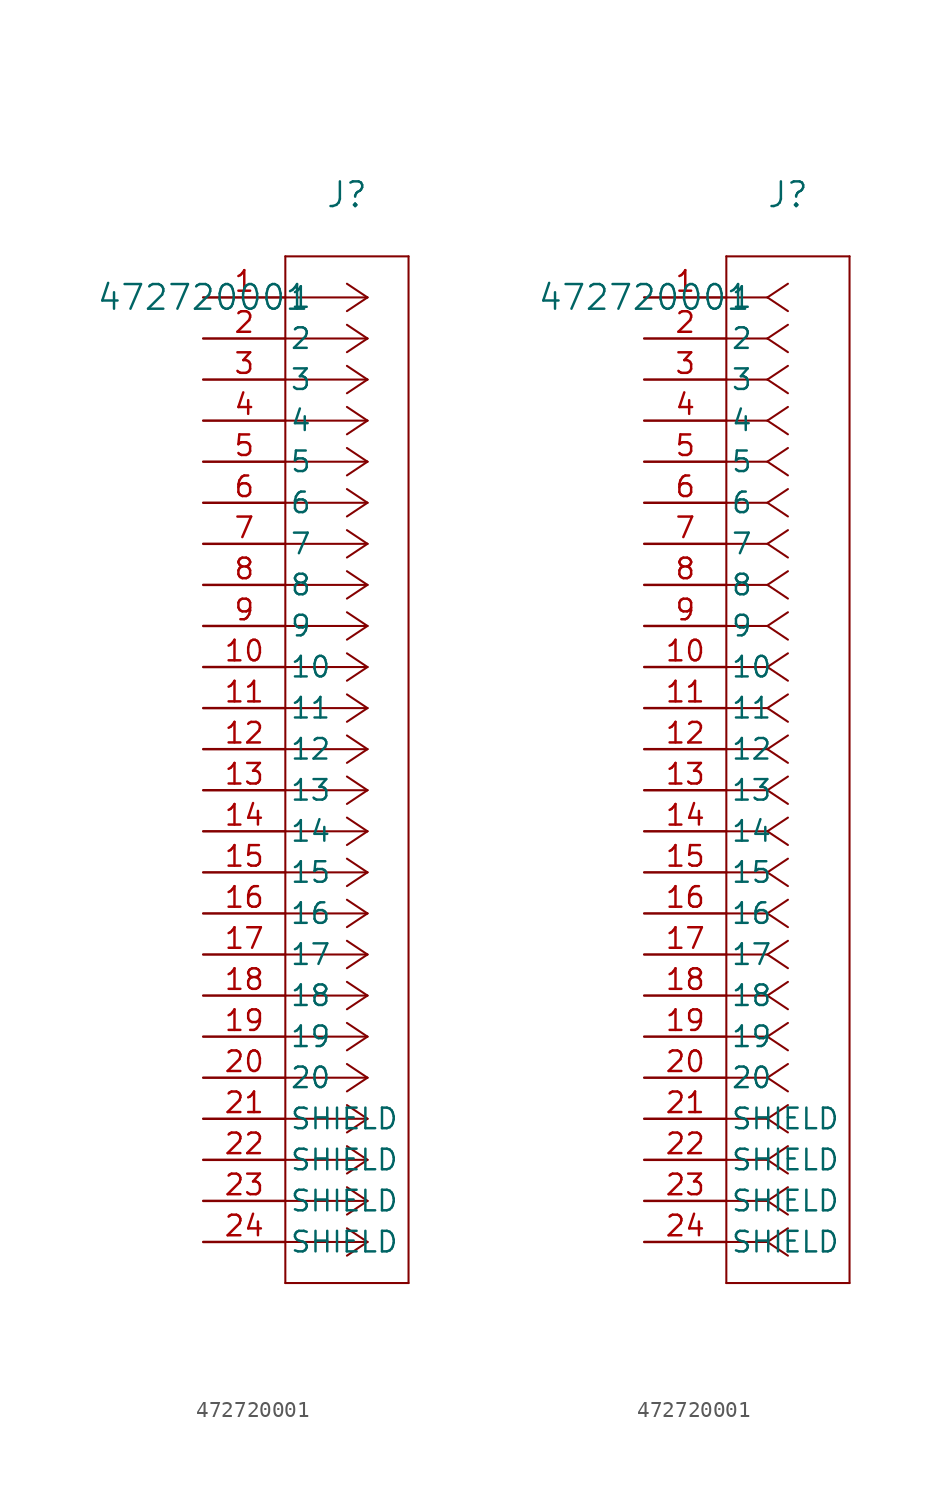
<source format=kicad_sym>
(kicad_symbol_lib
  (version 20211014)
  (generator kicad_symbol_editor)
  (symbol "472720001"
    (pin_names
      (offset 0.254))
    (property "Reference" "J"
      (at 8.89 6.35 0)
      (effects (font (size 1.524 1.524))))
    (property "Value" "472720001"
      (at 0 0 0)
      (effects (font (size 1.524 1.524))))
    (symbol "472720001_1_1"
      (polyline (pts (xy 10.16 0) (xy 5.08 0)) (stroke (width 0.127) (type default) (color 0 0 0 0)) (fill (type none)))
      (polyline (pts (xy 10.16 -2.54) (xy 5.08 -2.54)) (stroke (width 0.127) (type default) (color 0 0 0 0)) (fill (type none)))
      (polyline (pts (xy 10.16 -5.08) (xy 5.08 -5.08)) (stroke (width 0.127) (type default) (color 0 0 0 0)) (fill (type none)))
      (polyline (pts (xy 10.16 -7.62) (xy 5.08 -7.62)) (stroke (width 0.127) (type default) (color 0 0 0 0)) (fill (type none)))
      (polyline (pts (xy 10.16 -10.16) (xy 5.08 -10.16)) (stroke (width 0.127) (type default) (color 0 0 0 0)) (fill (type none)))
      (polyline (pts (xy 10.16 -12.7) (xy 5.08 -12.7)) (stroke (width 0.127) (type default) (color 0 0 0 0)) (fill (type none)))
      (polyline (pts (xy 10.16 -15.24) (xy 5.08 -15.24)) (stroke (width 0.127) (type default) (color 0 0 0 0)) (fill (type none)))
      (polyline (pts (xy 10.16 -17.78) (xy 5.08 -17.78)) (stroke (width 0.127) (type default) (color 0 0 0 0)) (fill (type none)))
      (polyline (pts (xy 10.16 -20.32) (xy 5.08 -20.32)) (stroke (width 0.127) (type default) (color 0 0 0 0)) (fill (type none)))
      (polyline (pts (xy 10.16 -22.86) (xy 5.08 -22.86)) (stroke (width 0.127) (type default) (color 0 0 0 0)) (fill (type none)))
      (polyline (pts (xy 10.16 -25.4) (xy 5.08 -25.4)) (stroke (width 0.127) (type default) (color 0 0 0 0)) (fill (type none)))
      (polyline (pts (xy 10.16 -27.94) (xy 5.08 -27.94)) (stroke (width 0.127) (type default) (color 0 0 0 0)) (fill (type none)))
      (polyline (pts (xy 10.16 -30.48) (xy 5.08 -30.48)) (stroke (width 0.127) (type default) (color 0 0 0 0)) (fill (type none)))
      (polyline (pts (xy 10.16 -33.02) (xy 5.08 -33.02)) (stroke (width 0.127) (type default) (color 0 0 0 0)) (fill (type none)))
      (polyline (pts (xy 10.16 -35.56) (xy 5.08 -35.56)) (stroke (width 0.127) (type default) (color 0 0 0 0)) (fill (type none)))
      (polyline (pts (xy 10.16 -38.1) (xy 5.08 -38.1)) (stroke (width 0.127) (type default) (color 0 0 0 0)) (fill (type none)))
      (polyline (pts (xy 10.16 -40.64) (xy 5.08 -40.64)) (stroke (width 0.127) (type default) (color 0 0 0 0)) (fill (type none)))
      (polyline (pts (xy 10.16 -43.18) (xy 5.08 -43.18)) (stroke (width 0.127) (type default) (color 0 0 0 0)) (fill (type none)))
      (polyline (pts (xy 10.16 -45.72) (xy 5.08 -45.72)) (stroke (width 0.127) (type default) (color 0 0 0 0)) (fill (type none)))
      (polyline (pts (xy 10.16 -48.26) (xy 5.08 -48.26)) (stroke (width 0.127) (type default) (color 0 0 0 0)) (fill (type none)))
      (polyline (pts (xy 10.16 -50.8) (xy 5.08 -50.8)) (stroke (width 0.127) (type default) (color 0 0 0 0)) (fill (type none)))
      (polyline (pts (xy 10.16 -53.34) (xy 5.08 -53.34)) (stroke (width 0.127) (type default) (color 0 0 0 0)) (fill (type none)))
      (polyline (pts (xy 10.16 -55.88) (xy 5.08 -55.88)) (stroke (width 0.127) (type default) (color 0 0 0 0)) (fill (type none)))
      (polyline (pts (xy 10.16 -58.42) (xy 5.08 -58.42)) (stroke (width 0.127) (type default) (color 0 0 0 0)) (fill (type none)))
      (polyline (pts (xy 10.16 0) (xy 8.89 0.847)) (stroke (width 0.127) (type default) (color 0 0 0 0)) (fill (type none)))
      (polyline (pts (xy 10.16 -2.54) (xy 8.89 -1.693)) (stroke (width 0.127) (type default) (color 0 0 0 0)) (fill (type none)))
      (polyline (pts (xy 10.16 -5.08) (xy 8.89 -4.233)) (stroke (width 0.127) (type default) (color 0 0 0 0)) (fill (type none)))
      (polyline (pts (xy 10.16 -7.62) (xy 8.89 -6.773)) (stroke (width 0.127) (type default) (color 0 0 0 0)) (fill (type none)))
      (polyline (pts (xy 10.16 -10.16) (xy 8.89 -9.313)) (stroke (width 0.127) (type default) (color 0 0 0 0)) (fill (type none)))
      (polyline (pts (xy 10.16 -12.7) (xy 8.89 -11.853)) (stroke (width 0.127) (type default) (color 0 0 0 0)) (fill (type none)))
      (polyline (pts (xy 10.16 -15.24) (xy 8.89 -14.393)) (stroke (width 0.127) (type default) (color 0 0 0 0)) (fill (type none)))
      (polyline (pts (xy 10.16 -17.78) (xy 8.89 -16.933)) (stroke (width 0.127) (type default) (color 0 0 0 0)) (fill (type none)))
      (polyline (pts (xy 10.16 -20.32) (xy 8.89 -19.473)) (stroke (width 0.127) (type default) (color 0 0 0 0)) (fill (type none)))
      (polyline (pts (xy 10.16 -22.86) (xy 8.89 -22.013)) (stroke (width 0.127) (type default) (color 0 0 0 0)) (fill (type none)))
      (polyline (pts (xy 10.16 -25.4) (xy 8.89 -24.553)) (stroke (width 0.127) (type default) (color 0 0 0 0)) (fill (type none)))
      (polyline (pts (xy 10.16 -27.94) (xy 8.89 -27.093)) (stroke (width 0.127) (type default) (color 0 0 0 0)) (fill (type none)))
      (polyline (pts (xy 10.16 -30.48) (xy 8.89 -29.633)) (stroke (width 0.127) (type default) (color 0 0 0 0)) (fill (type none)))
      (polyline (pts (xy 10.16 -33.02) (xy 8.89 -32.173)) (stroke (width 0.127) (type default) (color 0 0 0 0)) (fill (type none)))
      (polyline (pts (xy 10.16 -35.56) (xy 8.89 -34.713)) (stroke (width 0.127) (type default) (color 0 0 0 0)) (fill (type none)))
      (polyline (pts (xy 10.16 -38.1) (xy 8.89 -37.253)) (stroke (width 0.127) (type default) (color 0 0 0 0)) (fill (type none)))
      (polyline (pts (xy 10.16 -40.64) (xy 8.89 -39.793)) (stroke (width 0.127) (type default) (color 0 0 0 0)) (fill (type none)))
      (polyline (pts (xy 10.16 -43.18) (xy 8.89 -42.333)) (stroke (width 0.127) (type default) (color 0 0 0 0)) (fill (type none)))
      (polyline (pts (xy 10.16 -45.72) (xy 8.89 -44.873)) (stroke (width 0.127) (type default) (color 0 0 0 0)) (fill (type none)))
      (polyline (pts (xy 10.16 -48.26) (xy 8.89 -47.413)) (stroke (width 0.127) (type default) (color 0 0 0 0)) (fill (type none)))
      (polyline (pts (xy 10.16 -50.8) (xy 8.89 -49.953)) (stroke (width 0.127) (type default) (color 0 0 0 0)) (fill (type none)))
      (polyline (pts (xy 10.16 -53.34) (xy 8.89 -52.493)) (stroke (width 0.127) (type default) (color 0 0 0 0)) (fill (type none)))
      (polyline (pts (xy 10.16 -55.88) (xy 8.89 -55.033)) (stroke (width 0.127) (type default) (color 0 0 0 0)) (fill (type none)))
      (polyline (pts (xy 10.16 -58.42) (xy 8.89 -57.573)) (stroke (width 0.127) (type default) (color 0 0 0 0)) (fill (type none)))
      (polyline (pts (xy 10.16 0) (xy 8.89 -0.847)) (stroke (width 0.127) (type default) (color 0 0 0 0)) (fill (type none)))
      (polyline (pts (xy 10.16 -2.54) (xy 8.89 -3.387)) (stroke (width 0.127) (type default) (color 0 0 0 0)) (fill (type none)))
      (polyline (pts (xy 10.16 -5.08) (xy 8.89 -5.927)) (stroke (width 0.127) (type default) (color 0 0 0 0)) (fill (type none)))
      (polyline (pts (xy 10.16 -7.62) (xy 8.89 -8.467)) (stroke (width 0.127) (type default) (color 0 0 0 0)) (fill (type none)))
      (polyline (pts (xy 10.16 -10.16) (xy 8.89 -11.007)) (stroke (width 0.127) (type default) (color 0 0 0 0)) (fill (type none)))
      (polyline (pts (xy 10.16 -12.7) (xy 8.89 -13.547)) (stroke (width 0.127) (type default) (color 0 0 0 0)) (fill (type none)))
      (polyline (pts (xy 10.16 -15.24) (xy 8.89 -16.087)) (stroke (width 0.127) (type default) (color 0 0 0 0)) (fill (type none)))
      (polyline (pts (xy 10.16 -17.78) (xy 8.89 -18.627)) (stroke (width 0.127) (type default) (color 0 0 0 0)) (fill (type none)))
      (polyline (pts (xy 10.16 -20.32) (xy 8.89 -21.167)) (stroke (width 0.127) (type default) (color 0 0 0 0)) (fill (type none)))
      (polyline (pts (xy 10.16 -22.86) (xy 8.89 -23.707)) (stroke (width 0.127) (type default) (color 0 0 0 0)) (fill (type none)))
      (polyline (pts (xy 10.16 -25.4) (xy 8.89 -26.247)) (stroke (width 0.127) (type default) (color 0 0 0 0)) (fill (type none)))
      (polyline (pts (xy 10.16 -27.94) (xy 8.89 -28.787)) (stroke (width 0.127) (type default) (color 0 0 0 0)) (fill (type none)))
      (polyline (pts (xy 10.16 -30.48) (xy 8.89 -31.327)) (stroke (width 0.127) (type default) (color 0 0 0 0)) (fill (type none)))
      (polyline (pts (xy 10.16 -33.02) (xy 8.89 -33.867)) (stroke (width 0.127) (type default) (color 0 0 0 0)) (fill (type none)))
      (polyline (pts (xy 10.16 -35.56) (xy 8.89 -36.407)) (stroke (width 0.127) (type default) (color 0 0 0 0)) (fill (type none)))
      (polyline (pts (xy 10.16 -38.1) (xy 8.89 -38.947)) (stroke (width 0.127) (type default) (color 0 0 0 0)) (fill (type none)))
      (polyline (pts (xy 10.16 -40.64) (xy 8.89 -41.487)) (stroke (width 0.127) (type default) (color 0 0 0 0)) (fill (type none)))
      (polyline (pts (xy 10.16 -43.18) (xy 8.89 -44.027)) (stroke (width 0.127) (type default) (color 0 0 0 0)) (fill (type none)))
      (polyline (pts (xy 10.16 -45.72) (xy 8.89 -46.567)) (stroke (width 0.127) (type default) (color 0 0 0 0)) (fill (type none)))
      (polyline (pts (xy 10.16 -48.26) (xy 8.89 -49.107)) (stroke (width 0.127) (type default) (color 0 0 0 0)) (fill (type none)))
      (polyline (pts (xy 10.16 -50.8) (xy 8.89 -51.647)) (stroke (width 0.127) (type default) (color 0 0 0 0)) (fill (type none)))
      (polyline (pts (xy 10.16 -53.34) (xy 8.89 -54.187)) (stroke (width 0.127) (type default) (color 0 0 0 0)) (fill (type none)))
      (polyline (pts (xy 10.16 -55.88) (xy 8.89 -56.727)) (stroke (width 0.127) (type default) (color 0 0 0 0)) (fill (type none)))
      (polyline (pts (xy 10.16 -58.42) (xy 8.89 -59.267)) (stroke (width 0.127) (type default) (color 0 0 0 0)) (fill (type none)))
      (polyline (pts (xy 5.08 2.54) (xy 5.08 -60.96)) (stroke (width 0.127) (type default) (color 0 0 0 0)) (fill (type none)))
      (polyline (pts (xy 5.08 -60.96) (xy 12.7 -60.96)) (stroke (width 0.127) (type default) (color 0 0 0 0)) (fill (type none)))
      (polyline (pts (xy 12.7 -60.96) (xy 12.7 2.54)) (stroke (width 0.127) (type default) (color 0 0 0 0)) (fill (type none)))
      (polyline (pts (xy 12.7 2.54) (xy 5.08 2.54)) (stroke (width 0.127) (type default) (color 0 0 0 0)) (fill (type none)))
      (pin unspecified line (at 0 0 0) (length 5.08) (name "1" (effects (font (size 1.27 1.27)))) (number "1" (effects (font (size 1.27 1.27)))))
      (pin unspecified line (at 0 -2.54 0) (length 5.08) (name "2" (effects (font (size 1.27 1.27)))) (number "2" (effects (font (size 1.27 1.27)))))
      (pin unspecified line (at 0 -5.08 0) (length 5.08) (name "3" (effects (font (size 1.27 1.27)))) (number "3" (effects (font (size 1.27 1.27)))))
      (pin unspecified line (at 0 -7.62 0) (length 5.08) (name "4" (effects (font (size 1.27 1.27)))) (number "4" (effects (font (size 1.27 1.27)))))
      (pin unspecified line (at 0 -10.16 0) (length 5.08) (name "5" (effects (font (size 1.27 1.27)))) (number "5" (effects (font (size 1.27 1.27)))))
      (pin unspecified line (at 0 -12.7 0) (length 5.08) (name "6" (effects (font (size 1.27 1.27)))) (number "6" (effects (font (size 1.27 1.27)))))
      (pin unspecified line (at 0 -15.24 0) (length 5.08) (name "7" (effects (font (size 1.27 1.27)))) (number "7" (effects (font (size 1.27 1.27)))))
      (pin unspecified line (at 0 -17.78 0) (length 5.08) (name "8" (effects (font (size 1.27 1.27)))) (number "8" (effects (font (size 1.27 1.27)))))
      (pin unspecified line (at 0 -20.32 0) (length 5.08) (name "9" (effects (font (size 1.27 1.27)))) (number "9" (effects (font (size 1.27 1.27)))))
      (pin unspecified line (at 0 -22.86 0) (length 5.08) (name "10" (effects (font (size 1.27 1.27)))) (number "10" (effects (font (size 1.27 1.27)))))
      (pin unspecified line (at 0 -25.4 0) (length 5.08) (name "11" (effects (font (size 1.27 1.27)))) (number "11" (effects (font (size 1.27 1.27)))))
      (pin unspecified line (at 0 -27.94 0) (length 5.08) (name "12" (effects (font (size 1.27 1.27)))) (number "12" (effects (font (size 1.27 1.27)))))
      (pin unspecified line (at 0 -30.48 0) (length 5.08) (name "13" (effects (font (size 1.27 1.27)))) (number "13" (effects (font (size 1.27 1.27)))))
      (pin unspecified line (at 0 -33.02 0) (length 5.08) (name "14" (effects (font (size 1.27 1.27)))) (number "14" (effects (font (size 1.27 1.27)))))
      (pin unspecified line (at 0 -35.56 0) (length 5.08) (name "15" (effects (font (size 1.27 1.27)))) (number "15" (effects (font (size 1.27 1.27)))))
      (pin unspecified line (at 0 -38.1 0) (length 5.08) (name "16" (effects (font (size 1.27 1.27)))) (number "16" (effects (font (size 1.27 1.27)))))
      (pin unspecified line (at 0 -40.64 0) (length 5.08) (name "17" (effects (font (size 1.27 1.27)))) (number "17" (effects (font (size 1.27 1.27)))))
      (pin unspecified line (at 0 -43.18 0) (length 5.08) (name "18" (effects (font (size 1.27 1.27)))) (number "18" (effects (font (size 1.27 1.27)))))
      (pin unspecified line (at 0 -45.72 0) (length 5.08) (name "19" (effects (font (size 1.27 1.27)))) (number "19" (effects (font (size 1.27 1.27)))))
      (pin unspecified line (at 0 -48.26 0) (length 5.08) (name "20" (effects (font (size 1.27 1.27)))) (number "20" (effects (font (size 1.27 1.27)))))
      (pin unspecified line (at 0 -50.8 0) (length 5.08) (name "SHIELD" (effects (font (size 1.27 1.27)))) (number "21" (effects (font (size 1.27 1.27)))))
      (pin unspecified line (at 0 -53.34 0) (length 5.08) (name "SHIELD" (effects (font (size 1.27 1.27)))) (number "22" (effects (font (size 1.27 1.27)))))
      (pin unspecified line (at 0 -55.88 0) (length 5.08) (name "SHIELD" (effects (font (size 1.27 1.27)))) (number "23" (effects (font (size 1.27 1.27)))))
      (pin unspecified line (at 0 -58.42 0) (length 5.08) (name "SHIELD" (effects (font (size 1.27 1.27)))) (number "24" (effects (font (size 1.27 1.27))))))
    (symbol "472720001_1_2"
      (polyline (pts (xy 7.62 0) (xy 5.08 0)) (stroke (width 0.127) (type default) (color 0 0 0 0)) (fill (type none)))
      (polyline (pts (xy 7.62 -2.54) (xy 5.08 -2.54)) (stroke (width 0.127) (type default) (color 0 0 0 0)) (fill (type none)))
      (polyline (pts (xy 7.62 -5.08) (xy 5.08 -5.08)) (stroke (width 0.127) (type default) (color 0 0 0 0)) (fill (type none)))
      (polyline (pts (xy 7.62 -7.62) (xy 5.08 -7.62)) (stroke (width 0.127) (type default) (color 0 0 0 0)) (fill (type none)))
      (polyline (pts (xy 7.62 -10.16) (xy 5.08 -10.16)) (stroke (width 0.127) (type default) (color 0 0 0 0)) (fill (type none)))
      (polyline (pts (xy 7.62 -12.7) (xy 5.08 -12.7)) (stroke (width 0.127) (type default) (color 0 0 0 0)) (fill (type none)))
      (polyline (pts (xy 7.62 -15.24) (xy 5.08 -15.24)) (stroke (width 0.127) (type default) (color 0 0 0 0)) (fill (type none)))
      (polyline (pts (xy 7.62 -17.78) (xy 5.08 -17.78)) (stroke (width 0.127) (type default) (color 0 0 0 0)) (fill (type none)))
      (polyline (pts (xy 7.62 -20.32) (xy 5.08 -20.32)) (stroke (width 0.127) (type default) (color 0 0 0 0)) (fill (type none)))
      (polyline (pts (xy 7.62 -22.86) (xy 5.08 -22.86)) (stroke (width 0.127) (type default) (color 0 0 0 0)) (fill (type none)))
      (polyline (pts (xy 7.62 -25.4) (xy 5.08 -25.4)) (stroke (width 0.127) (type default) (color 0 0 0 0)) (fill (type none)))
      (polyline (pts (xy 7.62 -27.94) (xy 5.08 -27.94)) (stroke (width 0.127) (type default) (color 0 0 0 0)) (fill (type none)))
      (polyline (pts (xy 7.62 -30.48) (xy 5.08 -30.48)) (stroke (width 0.127) (type default) (color 0 0 0 0)) (fill (type none)))
      (polyline (pts (xy 7.62 -33.02) (xy 5.08 -33.02)) (stroke (width 0.127) (type default) (color 0 0 0 0)) (fill (type none)))
      (polyline (pts (xy 7.62 -35.56) (xy 5.08 -35.56)) (stroke (width 0.127) (type default) (color 0 0 0 0)) (fill (type none)))
      (polyline (pts (xy 7.62 -38.1) (xy 5.08 -38.1)) (stroke (width 0.127) (type default) (color 0 0 0 0)) (fill (type none)))
      (polyline (pts (xy 7.62 -40.64) (xy 5.08 -40.64)) (stroke (width 0.127) (type default) (color 0 0 0 0)) (fill (type none)))
      (polyline (pts (xy 7.62 -43.18) (xy 5.08 -43.18)) (stroke (width 0.127) (type default) (color 0 0 0 0)) (fill (type none)))
      (polyline (pts (xy 7.62 -45.72) (xy 5.08 -45.72)) (stroke (width 0.127) (type default) (color 0 0 0 0)) (fill (type none)))
      (polyline (pts (xy 7.62 -48.26) (xy 5.08 -48.26)) (stroke (width 0.127) (type default) (color 0 0 0 0)) (fill (type none)))
      (polyline (pts (xy 7.62 -50.8) (xy 5.08 -50.8)) (stroke (width 0.127) (type default) (color 0 0 0 0)) (fill (type none)))
      (polyline (pts (xy 7.62 -53.34) (xy 5.08 -53.34)) (stroke (width 0.127) (type default) (color 0 0 0 0)) (fill (type none)))
      (polyline (pts (xy 7.62 -55.88) (xy 5.08 -55.88)) (stroke (width 0.127) (type default) (color 0 0 0 0)) (fill (type none)))
      (polyline (pts (xy 7.62 -58.42) (xy 5.08 -58.42)) (stroke (width 0.127) (type default) (color 0 0 0 0)) (fill (type none)))
      (polyline (pts (xy 7.62 0) (xy 8.89 0.847)) (stroke (width 0.127) (type default) (color 0 0 0 0)) (fill (type none)))
      (polyline (pts (xy 7.62 -2.54) (xy 8.89 -1.693)) (stroke (width 0.127) (type default) (color 0 0 0 0)) (fill (type none)))
      (polyline (pts (xy 7.62 -5.08) (xy 8.89 -4.233)) (stroke (width 0.127) (type default) (color 0 0 0 0)) (fill (type none)))
      (polyline (pts (xy 7.62 -7.62) (xy 8.89 -6.773)) (stroke (width 0.127) (type default) (color 0 0 0 0)) (fill (type none)))
      (polyline (pts (xy 7.62 -10.16) (xy 8.89 -9.313)) (stroke (width 0.127) (type default) (color 0 0 0 0)) (fill (type none)))
      (polyline (pts (xy 7.62 -12.7) (xy 8.89 -11.853)) (stroke (width 0.127) (type default) (color 0 0 0 0)) (fill (type none)))
      (polyline (pts (xy 7.62 -15.24) (xy 8.89 -14.393)) (stroke (width 0.127) (type default) (color 0 0 0 0)) (fill (type none)))
      (polyline (pts (xy 7.62 -17.78) (xy 8.89 -16.933)) (stroke (width 0.127) (type default) (color 0 0 0 0)) (fill (type none)))
      (polyline (pts (xy 7.62 -20.32) (xy 8.89 -19.473)) (stroke (width 0.127) (type default) (color 0 0 0 0)) (fill (type none)))
      (polyline (pts (xy 7.62 -22.86) (xy 8.89 -22.013)) (stroke (width 0.127) (type default) (color 0 0 0 0)) (fill (type none)))
      (polyline (pts (xy 7.62 -25.4) (xy 8.89 -24.553)) (stroke (width 0.127) (type default) (color 0 0 0 0)) (fill (type none)))
      (polyline (pts (xy 7.62 -27.94) (xy 8.89 -27.093)) (stroke (width 0.127) (type default) (color 0 0 0 0)) (fill (type none)))
      (polyline (pts (xy 7.62 -30.48) (xy 8.89 -29.633)) (stroke (width 0.127) (type default) (color 0 0 0 0)) (fill (type none)))
      (polyline (pts (xy 7.62 -33.02) (xy 8.89 -32.173)) (stroke (width 0.127) (type default) (color 0 0 0 0)) (fill (type none)))
      (polyline (pts (xy 7.62 -35.56) (xy 8.89 -34.713)) (stroke (width 0.127) (type default) (color 0 0 0 0)) (fill (type none)))
      (polyline (pts (xy 7.62 -38.1) (xy 8.89 -37.253)) (stroke (width 0.127) (type default) (color 0 0 0 0)) (fill (type none)))
      (polyline (pts (xy 7.62 -40.64) (xy 8.89 -39.793)) (stroke (width 0.127) (type default) (color 0 0 0 0)) (fill (type none)))
      (polyline (pts (xy 7.62 -43.18) (xy 8.89 -42.333)) (stroke (width 0.127) (type default) (color 0 0 0 0)) (fill (type none)))
      (polyline (pts (xy 7.62 -45.72) (xy 8.89 -44.873)) (stroke (width 0.127) (type default) (color 0 0 0 0)) (fill (type none)))
      (polyline (pts (xy 7.62 -48.26) (xy 8.89 -47.413)) (stroke (width 0.127) (type default) (color 0 0 0 0)) (fill (type none)))
      (polyline (pts (xy 7.62 -50.8) (xy 8.89 -49.953)) (stroke (width 0.127) (type default) (color 0 0 0 0)) (fill (type none)))
      (polyline (pts (xy 7.62 -53.34) (xy 8.89 -52.493)) (stroke (width 0.127) (type default) (color 0 0 0 0)) (fill (type none)))
      (polyline (pts (xy 7.62 -55.88) (xy 8.89 -55.033)) (stroke (width 0.127) (type default) (color 0 0 0 0)) (fill (type none)))
      (polyline (pts (xy 7.62 -58.42) (xy 8.89 -57.573)) (stroke (width 0.127) (type default) (color 0 0 0 0)) (fill (type none)))
      (polyline (pts (xy 7.62 0) (xy 8.89 -0.847)) (stroke (width 0.127) (type default) (color 0 0 0 0)) (fill (type none)))
      (polyline (pts (xy 7.62 -2.54) (xy 8.89 -3.387)) (stroke (width 0.127) (type default) (color 0 0 0 0)) (fill (type none)))
      (polyline (pts (xy 7.62 -5.08) (xy 8.89 -5.927)) (stroke (width 0.127) (type default) (color 0 0 0 0)) (fill (type none)))
      (polyline (pts (xy 7.62 -7.62) (xy 8.89 -8.467)) (stroke (width 0.127) (type default) (color 0 0 0 0)) (fill (type none)))
      (polyline (pts (xy 7.62 -10.16) (xy 8.89 -11.007)) (stroke (width 0.127) (type default) (color 0 0 0 0)) (fill (type none)))
      (polyline (pts (xy 7.62 -12.7) (xy 8.89 -13.547)) (stroke (width 0.127) (type default) (color 0 0 0 0)) (fill (type none)))
      (polyline (pts (xy 7.62 -15.24) (xy 8.89 -16.087)) (stroke (width 0.127) (type default) (color 0 0 0 0)) (fill (type none)))
      (polyline (pts (xy 7.62 -17.78) (xy 8.89 -18.627)) (stroke (width 0.127) (type default) (color 0 0 0 0)) (fill (type none)))
      (polyline (pts (xy 7.62 -20.32) (xy 8.89 -21.167)) (stroke (width 0.127) (type default) (color 0 0 0 0)) (fill (type none)))
      (polyline (pts (xy 7.62 -22.86) (xy 8.89 -23.707)) (stroke (width 0.127) (type default) (color 0 0 0 0)) (fill (type none)))
      (polyline (pts (xy 7.62 -25.4) (xy 8.89 -26.247)) (stroke (width 0.127) (type default) (color 0 0 0 0)) (fill (type none)))
      (polyline (pts (xy 7.62 -27.94) (xy 8.89 -28.787)) (stroke (width 0.127) (type default) (color 0 0 0 0)) (fill (type none)))
      (polyline (pts (xy 7.62 -30.48) (xy 8.89 -31.327)) (stroke (width 0.127) (type default) (color 0 0 0 0)) (fill (type none)))
      (polyline (pts (xy 7.62 -33.02) (xy 8.89 -33.867)) (stroke (width 0.127) (type default) (color 0 0 0 0)) (fill (type none)))
      (polyline (pts (xy 7.62 -35.56) (xy 8.89 -36.407)) (stroke (width 0.127) (type default) (color 0 0 0 0)) (fill (type none)))
      (polyline (pts (xy 7.62 -38.1) (xy 8.89 -38.947)) (stroke (width 0.127) (type default) (color 0 0 0 0)) (fill (type none)))
      (polyline (pts (xy 7.62 -40.64) (xy 8.89 -41.487)) (stroke (width 0.127) (type default) (color 0 0 0 0)) (fill (type none)))
      (polyline (pts (xy 7.62 -43.18) (xy 8.89 -44.027)) (stroke (width 0.127) (type default) (color 0 0 0 0)) (fill (type none)))
      (polyline (pts (xy 7.62 -45.72) (xy 8.89 -46.567)) (stroke (width 0.127) (type default) (color 0 0 0 0)) (fill (type none)))
      (polyline (pts (xy 7.62 -48.26) (xy 8.89 -49.107)) (stroke (width 0.127) (type default) (color 0 0 0 0)) (fill (type none)))
      (polyline (pts (xy 7.62 -50.8) (xy 8.89 -51.647)) (stroke (width 0.127) (type default) (color 0 0 0 0)) (fill (type none)))
      (polyline (pts (xy 7.62 -53.34) (xy 8.89 -54.187)) (stroke (width 0.127) (type default) (color 0 0 0 0)) (fill (type none)))
      (polyline (pts (xy 7.62 -55.88) (xy 8.89 -56.727)) (stroke (width 0.127) (type default) (color 0 0 0 0)) (fill (type none)))
      (polyline (pts (xy 7.62 -58.42) (xy 8.89 -59.267)) (stroke (width 0.127) (type default) (color 0 0 0 0)) (fill (type none)))
      (polyline (pts (xy 5.08 2.54) (xy 5.08 -60.96)) (stroke (width 0.127) (type default) (color 0 0 0 0)) (fill (type none)))
      (polyline (pts (xy 5.08 -60.96) (xy 12.7 -60.96)) (stroke (width 0.127) (type default) (color 0 0 0 0)) (fill (type none)))
      (polyline (pts (xy 12.7 -60.96) (xy 12.7 2.54)) (stroke (width 0.127) (type default) (color 0 0 0 0)) (fill (type none)))
      (polyline (pts (xy 12.7 2.54) (xy 5.08 2.54)) (stroke (width 0.127) (type default) (color 0 0 0 0)) (fill (type none)))
      (pin unspecified line (at 0 0 0) (length 5.08) (name "1" (effects (font (size 1.27 1.27)))) (number "1" (effects (font (size 1.27 1.27)))))
      (pin unspecified line (at 0 -2.54 0) (length 5.08) (name "2" (effects (font (size 1.27 1.27)))) (number "2" (effects (font (size 1.27 1.27)))))
      (pin unspecified line (at 0 -5.08 0) (length 5.08) (name "3" (effects (font (size 1.27 1.27)))) (number "3" (effects (font (size 1.27 1.27)))))
      (pin unspecified line (at 0 -7.62 0) (length 5.08) (name "4" (effects (font (size 1.27 1.27)))) (number "4" (effects (font (size 1.27 1.27)))))
      (pin unspecified line (at 0 -10.16 0) (length 5.08) (name "5" (effects (font (size 1.27 1.27)))) (number "5" (effects (font (size 1.27 1.27)))))
      (pin unspecified line (at 0 -12.7 0) (length 5.08) (name "6" (effects (font (size 1.27 1.27)))) (number "6" (effects (font (size 1.27 1.27)))))
      (pin unspecified line (at 0 -15.24 0) (length 5.08) (name "7" (effects (font (size 1.27 1.27)))) (number "7" (effects (font (size 1.27 1.27)))))
      (pin unspecified line (at 0 -17.78 0) (length 5.08) (name "8" (effects (font (size 1.27 1.27)))) (number "8" (effects (font (size 1.27 1.27)))))
      (pin unspecified line (at 0 -20.32 0) (length 5.08) (name "9" (effects (font (size 1.27 1.27)))) (number "9" (effects (font (size 1.27 1.27)))))
      (pin unspecified line (at 0 -22.86 0) (length 5.08) (name "10" (effects (font (size 1.27 1.27)))) (number "10" (effects (font (size 1.27 1.27)))))
      (pin unspecified line (at 0 -25.4 0) (length 5.08) (name "11" (effects (font (size 1.27 1.27)))) (number "11" (effects (font (size 1.27 1.27)))))
      (pin unspecified line (at 0 -27.94 0) (length 5.08) (name "12" (effects (font (size 1.27 1.27)))) (number "12" (effects (font (size 1.27 1.27)))))
      (pin unspecified line (at 0 -30.48 0) (length 5.08) (name "13" (effects (font (size 1.27 1.27)))) (number "13" (effects (font (size 1.27 1.27)))))
      (pin unspecified line (at 0 -33.02 0) (length 5.08) (name "14" (effects (font (size 1.27 1.27)))) (number "14" (effects (font (size 1.27 1.27)))))
      (pin unspecified line (at 0 -35.56 0) (length 5.08) (name "15" (effects (font (size 1.27 1.27)))) (number "15" (effects (font (size 1.27 1.27)))))
      (pin unspecified line (at 0 -38.1 0) (length 5.08) (name "16" (effects (font (size 1.27 1.27)))) (number "16" (effects (font (size 1.27 1.27)))))
      (pin unspecified line (at 0 -40.64 0) (length 5.08) (name "17" (effects (font (size 1.27 1.27)))) (number "17" (effects (font (size 1.27 1.27)))))
      (pin unspecified line (at 0 -43.18 0) (length 5.08) (name "18" (effects (font (size 1.27 1.27)))) (number "18" (effects (font (size 1.27 1.27)))))
      (pin unspecified line (at 0 -45.72 0) (length 5.08) (name "19" (effects (font (size 1.27 1.27)))) (number "19" (effects (font (size 1.27 1.27)))))
      (pin unspecified line (at 0 -48.26 0) (length 5.08) (name "20" (effects (font (size 1.27 1.27)))) (number "20" (effects (font (size 1.27 1.27)))))
      (pin unspecified line (at 0 -50.8 0) (length 5.08) (name "SHIELD" (effects (font (size 1.27 1.27)))) (number "21" (effects (font (size 1.27 1.27)))))
      (pin unspecified line (at 0 -53.34 0) (length 5.08) (name "SHIELD" (effects (font (size 1.27 1.27)))) (number "22" (effects (font (size 1.27 1.27)))))
      (pin unspecified line (at 0 -55.88 0) (length 5.08) (name "SHIELD" (effects (font (size 1.27 1.27)))) (number "23" (effects (font (size 1.27 1.27)))))
      (pin unspecified line (at 0 -58.42 0) (length 5.08) (name "SHIELD" (effects (font (size 1.27 1.27)))) (number "24" (effects (font (size 1.27 1.27))))))))
</source>
